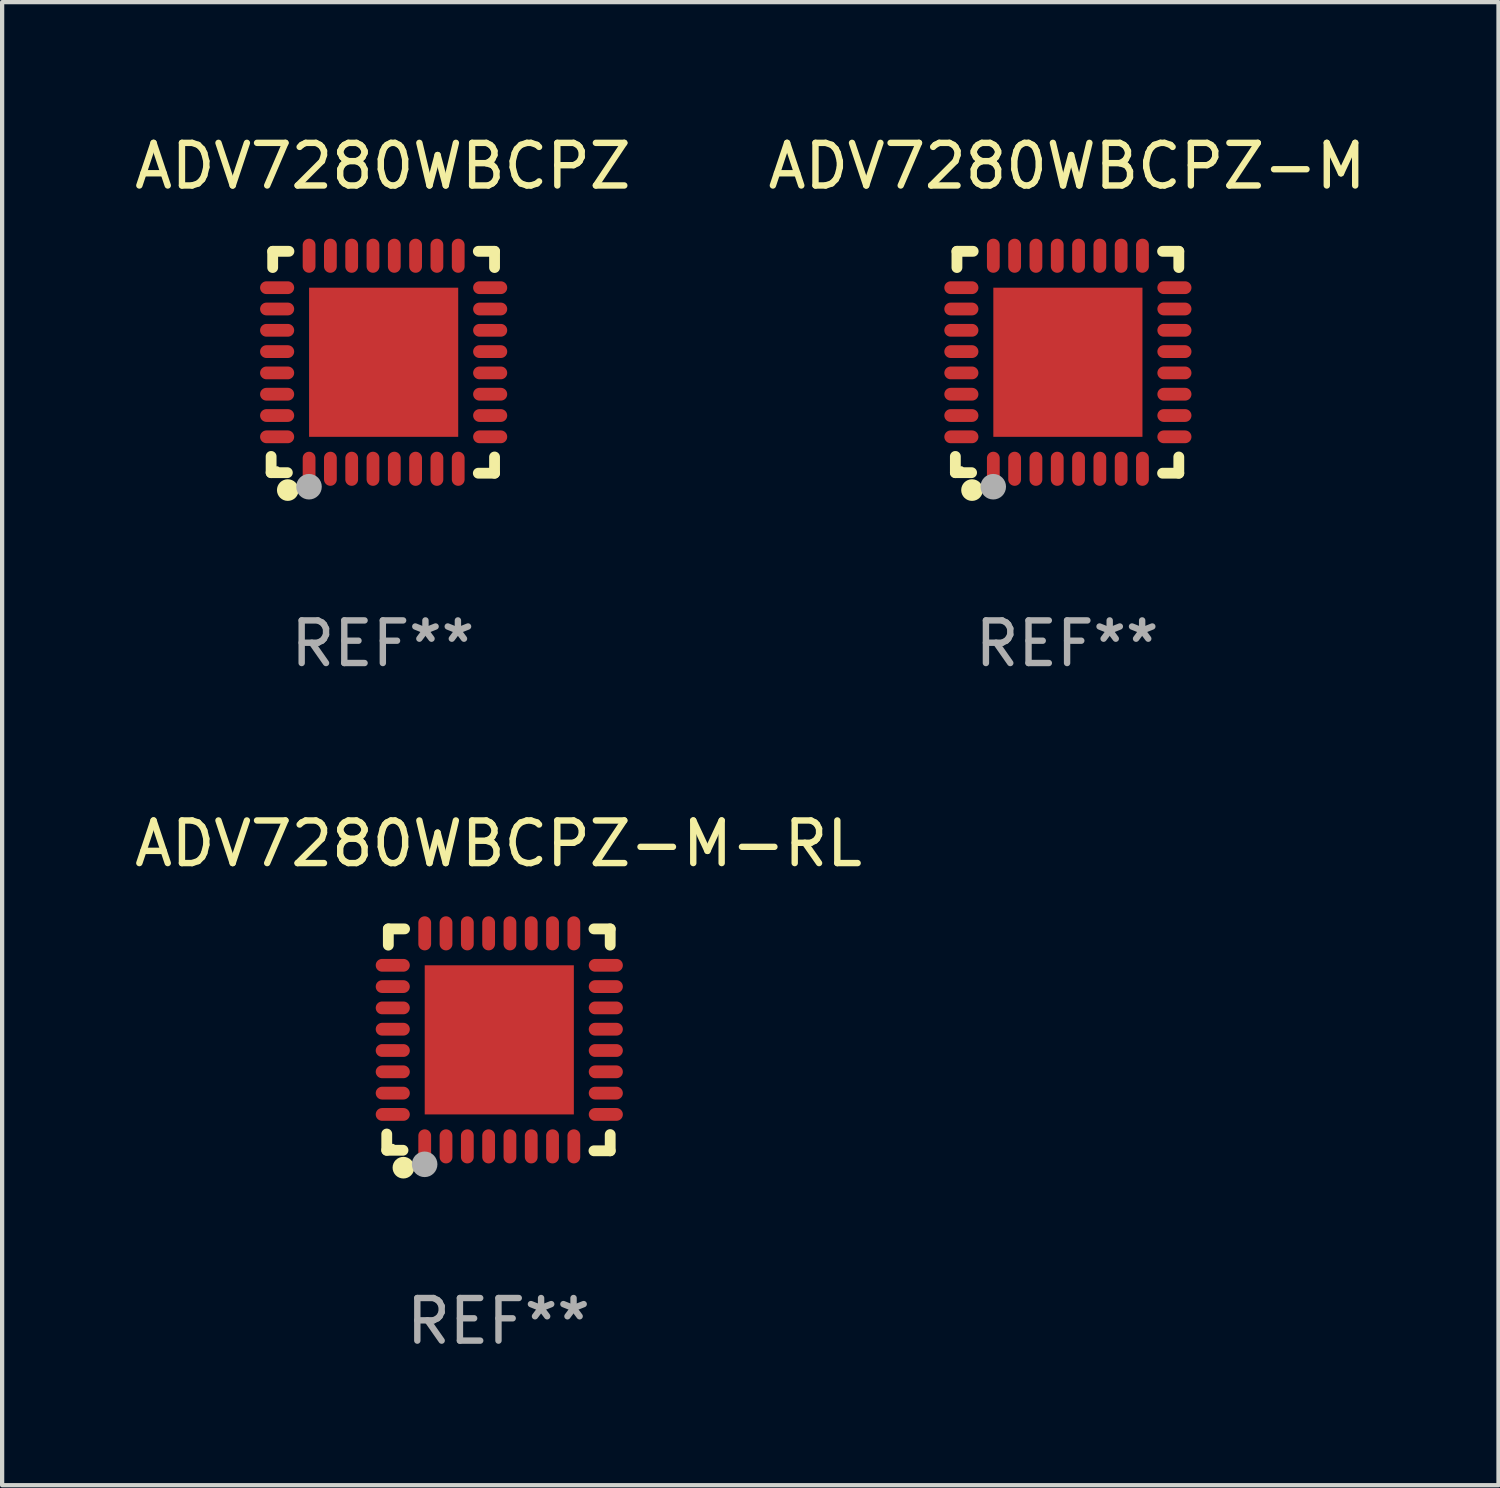
<source format=kicad_pcb>
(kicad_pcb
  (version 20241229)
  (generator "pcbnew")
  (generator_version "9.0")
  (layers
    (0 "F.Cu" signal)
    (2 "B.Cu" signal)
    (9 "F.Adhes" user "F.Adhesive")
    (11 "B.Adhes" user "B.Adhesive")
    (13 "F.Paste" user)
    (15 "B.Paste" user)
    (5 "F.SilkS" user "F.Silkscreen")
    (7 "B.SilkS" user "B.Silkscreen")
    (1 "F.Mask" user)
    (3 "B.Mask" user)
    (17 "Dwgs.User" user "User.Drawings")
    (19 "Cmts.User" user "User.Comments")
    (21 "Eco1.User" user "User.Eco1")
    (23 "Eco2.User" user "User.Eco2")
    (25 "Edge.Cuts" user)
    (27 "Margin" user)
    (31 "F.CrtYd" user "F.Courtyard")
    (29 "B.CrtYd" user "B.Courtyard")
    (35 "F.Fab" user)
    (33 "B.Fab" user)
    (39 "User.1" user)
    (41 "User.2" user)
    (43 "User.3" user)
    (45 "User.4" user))
  (footprint "ADV7280WBCPZ-M-RL"
    (layer "F.Cu")
    (at 8.649 21.355)
    (property "Reference" "ADV7280WBCPZ-M-RL" (at 0 -4.604 0) (layer "F.SilkS") (effects (font (size 1 1) (thickness 0.15))))
    (attr through_hole)
    (fp_line (start -2.622 2.21) (end -2.622 2.591) (stroke (width 0.254) (type solid)) (layer "F.SilkS"))
    (fp_line (start -2.622 2.591) (end -2.241 2.591) (stroke (width 0.254) (type solid)) (layer "F.SilkS"))
    (fp_line (start -2.585 -2.604) (end -2.585 -2.223) (stroke (width 0.254) (type solid)) (layer "F.SilkS"))
    (fp_line (start -2.204 -2.604) (end -2.585 -2.604) (stroke (width 0.254) (type solid)) (layer "F.SilkS"))
    (fp_line (start 2.241 2.604) (end 2.622 2.604) (stroke (width 0.254) (type solid)) (layer "F.SilkS"))
    (fp_line (start 2.622 -2.604) (end 2.241 -2.604) (stroke (width 0.254) (type solid)) (layer "F.SilkS"))
    (fp_line (start 2.622 -2.223) (end 2.622 -2.604) (stroke (width 0.254) (type solid)) (layer "F.SilkS"))
    (fp_line (start 2.622 2.604) (end 2.622 2.223) (stroke (width 0.254) (type solid)) (layer "F.SilkS"))
    (fp_circle (center -2.481 2.5) (end -2.451 2.5) (stroke (width 0.06) (type solid)) (fill no) (layer "F.SilkS"))
    (fp_circle (center -2.231 3) (end -2.104 3) (stroke (width 0.254) (type solid)) (fill no) (layer "F.SilkS"))
    (fp_circle (center -1.733 2.921) (end -1.583 2.921) (stroke (width 0.3) (type solid)) (fill no) (layer "F.Fab"))
    (fp_text user "REF**" (at 0 6.604 0) (layer "F.Fab") (effects (font (size 1 1) (thickness 0.15))))
    (pad "1" smd oval (at -1.731 2.5 90) (size 0.8 0.3) (layers "F.Cu" "F.Mask" "F.Paste"))
    (pad "2" smd oval (at -1.231 2.5 90) (size 0.8 0.3) (layers "F.Cu" "F.Mask" "F.Paste"))
    (pad "3" smd oval (at -0.731 2.5 90) (size 0.8 0.3) (layers "F.Cu" "F.Mask" "F.Paste"))
    (pad "4" smd oval (at -0.231 2.5 90) (size 0.8 0.3) (layers "F.Cu" "F.Mask" "F.Paste"))
    (pad "5" smd oval (at 0.269 2.5 90) (size 0.8 0.3) (layers "F.Cu" "F.Mask" "F.Paste"))
    (pad "6" smd oval (at 0.769 2.5 90) (size 0.8 0.3) (layers "F.Cu" "F.Mask" "F.Paste"))
    (pad "7" smd oval (at 1.269 2.5 90) (size 0.8 0.3) (layers "F.Cu" "F.Mask" "F.Paste"))
    (pad "8" smd oval (at 1.769 2.5 90) (size 0.8 0.3) (layers "F.Cu" "F.Mask" "F.Paste"))
    (pad "9" smd oval (at 2.519 1.75 180) (size 0.8 0.3) (layers "F.Cu" "F.Mask" "F.Paste"))
    (pad "10" smd oval (at 2.519 1.25 180) (size 0.8 0.3) (layers "F.Cu" "F.Mask" "F.Paste"))
    (pad "11" smd oval (at 2.519 0.75 180) (size 0.8 0.3) (layers "F.Cu" "F.Mask" "F.Paste"))
    (pad "12" smd oval (at 2.519 0.25 180) (size 0.8 0.3) (layers "F.Cu" "F.Mask" "F.Paste"))
    (pad "13" smd oval (at 2.519 -0.25 180) (size 0.8 0.3) (layers "F.Cu" "F.Mask" "F.Paste"))
    (pad "14" smd oval (at 2.519 -0.75 180) (size 0.8 0.3) (layers "F.Cu" "F.Mask" "F.Paste"))
    (pad "15" smd oval (at 2.519 -1.25 180) (size 0.8 0.3) (layers "F.Cu" "F.Mask" "F.Paste"))
    (pad "16" smd oval (at 2.519 -1.75 180) (size 0.8 0.3) (layers "F.Cu" "F.Mask" "F.Paste"))
    (pad "17" smd oval (at 1.769 -2.5 270) (size 0.8 0.3) (layers "F.Cu" "F.Mask" "F.Paste"))
    (pad "18" smd oval (at 1.269 -2.5 270) (size 0.8 0.3) (layers "F.Cu" "F.Mask" "F.Paste"))
    (pad "19" smd oval (at 0.769 -2.5 270) (size 0.8 0.3) (layers "F.Cu" "F.Mask" "F.Paste"))
    (pad "20" smd oval (at 0.269 -2.5 270) (size 0.8 0.3) (layers "F.Cu" "F.Mask" "F.Paste"))
    (pad "21" smd oval (at -0.231 -2.5 270) (size 0.8 0.3) (layers "F.Cu" "F.Mask" "F.Paste"))
    (pad "22" smd oval (at -0.731 -2.5 270) (size 0.8 0.3) (layers "F.Cu" "F.Mask" "F.Paste"))
    (pad "23" smd oval (at -1.231 -2.5 270) (size 0.8 0.3) (layers "F.Cu" "F.Mask" "F.Paste"))
    (pad "24" smd oval (at -1.731 -2.5 270) (size 0.8 0.3) (layers "F.Cu" "F.Mask" "F.Paste"))
    (pad "25" smd oval (at -2.481 -1.75) (size 0.8 0.3) (layers "F.Cu" "F.Mask" "F.Paste"))
    (pad "26" smd oval (at -2.481 -1.25) (size 0.8 0.3) (layers "F.Cu" "F.Mask" "F.Paste"))
    (pad "27" smd oval (at -2.481 -0.75) (size 0.8 0.3) (layers "F.Cu" "F.Mask" "F.Paste"))
    (pad "28" smd oval (at -2.481 -0.25) (size 0.8 0.3) (layers "F.Cu" "F.Mask" "F.Paste"))
    (pad "29" smd oval (at -2.481 0.25) (size 0.8 0.3) (layers "F.Cu" "F.Mask" "F.Paste"))
    (pad "30" smd oval (at -2.481 0.75) (size 0.8 0.3) (layers "F.Cu" "F.Mask" "F.Paste"))
    (pad "31" smd oval (at -2.481 1.25) (size 0.8 0.3) (layers "F.Cu" "F.Mask" "F.Paste"))
    (pad "32" smd oval (at -2.481 1.75) (size 0.8 0.3) (layers "F.Cu" "F.Mask" "F.Paste"))
    (pad "33" smd rect (at 0.019 -0.000025 90) (size 3.5 3.5) (layers "F.Cu" "F.Mask" "F.Paste")))
  (footprint "ADV7280WBCPZ"
    (layer "F.Cu")
    (at 5.935 5.452)
    (property "Reference" "ADV7280WBCPZ" (at 0 -4.604 0) (layer "F.SilkS") (effects (font (size 1 1) (thickness 0.15))))
    (attr through_hole)
    (fp_line (start -2.622 2.21) (end -2.622 2.591) (stroke (width 0.254) (type solid)) (layer "F.SilkS"))
    (fp_line (start -2.622 2.591) (end -2.241 2.591) (stroke (width 0.254) (type solid)) (layer "F.SilkS"))
    (fp_line (start -2.585 -2.604) (end -2.585 -2.223) (stroke (width 0.254) (type solid)) (layer "F.SilkS"))
    (fp_line (start -2.204 -2.604) (end -2.585 -2.604) (stroke (width 0.254) (type solid)) (layer "F.SilkS"))
    (fp_line (start 2.241 2.604) (end 2.622 2.604) (stroke (width 0.254) (type solid)) (layer "F.SilkS"))
    (fp_line (start 2.622 -2.604) (end 2.241 -2.604) (stroke (width 0.254) (type solid)) (layer "F.SilkS"))
    (fp_line (start 2.622 -2.223) (end 2.622 -2.604) (stroke (width 0.254) (type solid)) (layer "F.SilkS"))
    (fp_line (start 2.622 2.604) (end 2.622 2.223) (stroke (width 0.254) (type solid)) (layer "F.SilkS"))
    (fp_circle (center -2.481 2.5) (end -2.451 2.5) (stroke (width 0.06) (type solid)) (fill no) (layer "F.SilkS"))
    (fp_circle (center -2.231 3) (end -2.104 3) (stroke (width 0.254) (type solid)) (fill no) (layer "F.SilkS"))
    (fp_circle (center -1.733 2.921) (end -1.583 2.921) (stroke (width 0.3) (type solid)) (fill no) (layer "F.Fab"))
    (fp_text user "REF**" (at 0 6.604 0) (layer "F.Fab") (effects (font (size 1 1) (thickness 0.15))))
    (pad "1" smd oval (at -1.731 2.5 90) (size 0.8 0.3) (layers "F.Cu" "F.Mask" "F.Paste"))
    (pad "2" smd oval (at -1.231 2.5 90) (size 0.8 0.3) (layers "F.Cu" "F.Mask" "F.Paste"))
    (pad "3" smd oval (at -0.731 2.5 90) (size 0.8 0.3) (layers "F.Cu" "F.Mask" "F.Paste"))
    (pad "4" smd oval (at -0.231 2.5 90) (size 0.8 0.3) (layers "F.Cu" "F.Mask" "F.Paste"))
    (pad "5" smd oval (at 0.269 2.5 90) (size 0.8 0.3) (layers "F.Cu" "F.Mask" "F.Paste"))
    (pad "6" smd oval (at 0.769 2.5 90) (size 0.8 0.3) (layers "F.Cu" "F.Mask" "F.Paste"))
    (pad "7" smd oval (at 1.269 2.5 90) (size 0.8 0.3) (layers "F.Cu" "F.Mask" "F.Paste"))
    (pad "8" smd oval (at 1.769 2.5 90) (size 0.8 0.3) (layers "F.Cu" "F.Mask" "F.Paste"))
    (pad "9" smd oval (at 2.519 1.75 180) (size 0.8 0.3) (layers "F.Cu" "F.Mask" "F.Paste"))
    (pad "10" smd oval (at 2.519 1.25 180) (size 0.8 0.3) (layers "F.Cu" "F.Mask" "F.Paste"))
    (pad "11" smd oval (at 2.519 0.75 180) (size 0.8 0.3) (layers "F.Cu" "F.Mask" "F.Paste"))
    (pad "12" smd oval (at 2.519 0.25 180) (size 0.8 0.3) (layers "F.Cu" "F.Mask" "F.Paste"))
    (pad "13" smd oval (at 2.519 -0.25 180) (size 0.8 0.3) (layers "F.Cu" "F.Mask" "F.Paste"))
    (pad "14" smd oval (at 2.519 -0.75 180) (size 0.8 0.3) (layers "F.Cu" "F.Mask" "F.Paste"))
    (pad "15" smd oval (at 2.519 -1.25 180) (size 0.8 0.3) (layers "F.Cu" "F.Mask" "F.Paste"))
    (pad "16" smd oval (at 2.519 -1.75 180) (size 0.8 0.3) (layers "F.Cu" "F.Mask" "F.Paste"))
    (pad "17" smd oval (at 1.769 -2.5 270) (size 0.8 0.3) (layers "F.Cu" "F.Mask" "F.Paste"))
    (pad "18" smd oval (at 1.269 -2.5 270) (size 0.8 0.3) (layers "F.Cu" "F.Mask" "F.Paste"))
    (pad "19" smd oval (at 0.769 -2.5 270) (size 0.8 0.3) (layers "F.Cu" "F.Mask" "F.Paste"))
    (pad "20" smd oval (at 0.269 -2.5 270) (size 0.8 0.3) (layers "F.Cu" "F.Mask" "F.Paste"))
    (pad "21" smd oval (at -0.231 -2.5 270) (size 0.8 0.3) (layers "F.Cu" "F.Mask" "F.Paste"))
    (pad "22" smd oval (at -0.731 -2.5 270) (size 0.8 0.3) (layers "F.Cu" "F.Mask" "F.Paste"))
    (pad "23" smd oval (at -1.231 -2.5 270) (size 0.8 0.3) (layers "F.Cu" "F.Mask" "F.Paste"))
    (pad "24" smd oval (at -1.731 -2.5 270) (size 0.8 0.3) (layers "F.Cu" "F.Mask" "F.Paste"))
    (pad "25" smd oval (at -2.481 -1.75) (size 0.8 0.3) (layers "F.Cu" "F.Mask" "F.Paste"))
    (pad "26" smd oval (at -2.481 -1.25) (size 0.8 0.3) (layers "F.Cu" "F.Mask" "F.Paste"))
    (pad "27" smd oval (at -2.481 -0.75) (size 0.8 0.3) (layers "F.Cu" "F.Mask" "F.Paste"))
    (pad "28" smd oval (at -2.481 -0.25) (size 0.8 0.3) (layers "F.Cu" "F.Mask" "F.Paste"))
    (pad "29" smd oval (at -2.481 0.25) (size 0.8 0.3) (layers "F.Cu" "F.Mask" "F.Paste"))
    (pad "30" smd oval (at -2.481 0.75) (size 0.8 0.3) (layers "F.Cu" "F.Mask" "F.Paste"))
    (pad "31" smd oval (at -2.481 1.25) (size 0.8 0.3) (layers "F.Cu" "F.Mask" "F.Paste"))
    (pad "32" smd oval (at -2.481 1.75) (size 0.8 0.3) (layers "F.Cu" "F.Mask" "F.Paste"))
    (pad "33" smd rect (at 0.019 -0.000025 90) (size 3.5 3.5) (layers "F.Cu" "F.Mask" "F.Paste")))
  (footprint "ADV7280WBCPZ-M"
    (layer "F.Cu")
    (at 21.994 5.452)
    (property "Reference" "ADV7280WBCPZ-M" (at 0 -4.604 0) (layer "F.SilkS") (effects (font (size 1 1) (thickness 0.15))))
    (attr through_hole)
    (fp_line (start -2.622 2.21) (end -2.622 2.591) (stroke (width 0.254) (type solid)) (layer "F.SilkS"))
    (fp_line (start -2.622 2.591) (end -2.241 2.591) (stroke (width 0.254) (type solid)) (layer "F.SilkS"))
    (fp_line (start -2.585 -2.604) (end -2.585 -2.223) (stroke (width 0.254) (type solid)) (layer "F.SilkS"))
    (fp_line (start -2.204 -2.604) (end -2.585 -2.604) (stroke (width 0.254) (type solid)) (layer "F.SilkS"))
    (fp_line (start 2.241 2.604) (end 2.622 2.604) (stroke (width 0.254) (type solid)) (layer "F.SilkS"))
    (fp_line (start 2.622 -2.604) (end 2.241 -2.604) (stroke (width 0.254) (type solid)) (layer "F.SilkS"))
    (fp_line (start 2.622 -2.223) (end 2.622 -2.604) (stroke (width 0.254) (type solid)) (layer "F.SilkS"))
    (fp_line (start 2.622 2.604) (end 2.622 2.223) (stroke (width 0.254) (type solid)) (layer "F.SilkS"))
    (fp_circle (center -2.481 2.5) (end -2.451 2.5) (stroke (width 0.06) (type solid)) (fill no) (layer "F.SilkS"))
    (fp_circle (center -2.231 3) (end -2.104 3) (stroke (width 0.254) (type solid)) (fill no) (layer "F.SilkS"))
    (fp_circle (center -1.733 2.921) (end -1.583 2.921) (stroke (width 0.3) (type solid)) (fill no) (layer "F.Fab"))
    (fp_text user "REF**" (at 0 6.604 0) (layer "F.Fab") (effects (font (size 1 1) (thickness 0.15))))
    (pad "1" smd oval (at -1.731 2.5 90) (size 0.8 0.3) (layers "F.Cu" "F.Mask" "F.Paste"))
    (pad "2" smd oval (at -1.231 2.5 90) (size 0.8 0.3) (layers "F.Cu" "F.Mask" "F.Paste"))
    (pad "3" smd oval (at -0.731 2.5 90) (size 0.8 0.3) (layers "F.Cu" "F.Mask" "F.Paste"))
    (pad "4" smd oval (at -0.231 2.5 90) (size 0.8 0.3) (layers "F.Cu" "F.Mask" "F.Paste"))
    (pad "5" smd oval (at 0.269 2.5 90) (size 0.8 0.3) (layers "F.Cu" "F.Mask" "F.Paste"))
    (pad "6" smd oval (at 0.769 2.5 90) (size 0.8 0.3) (layers "F.Cu" "F.Mask" "F.Paste"))
    (pad "7" smd oval (at 1.269 2.5 90) (size 0.8 0.3) (layers "F.Cu" "F.Mask" "F.Paste"))
    (pad "8" smd oval (at 1.769 2.5 90) (size 0.8 0.3) (layers "F.Cu" "F.Mask" "F.Paste"))
    (pad "9" smd oval (at 2.519 1.75 180) (size 0.8 0.3) (layers "F.Cu" "F.Mask" "F.Paste"))
    (pad "10" smd oval (at 2.519 1.25 180) (size 0.8 0.3) (layers "F.Cu" "F.Mask" "F.Paste"))
    (pad "11" smd oval (at 2.519 0.75 180) (size 0.8 0.3) (layers "F.Cu" "F.Mask" "F.Paste"))
    (pad "12" smd oval (at 2.519 0.25 180) (size 0.8 0.3) (layers "F.Cu" "F.Mask" "F.Paste"))
    (pad "13" smd oval (at 2.519 -0.25 180) (size 0.8 0.3) (layers "F.Cu" "F.Mask" "F.Paste"))
    (pad "14" smd oval (at 2.519 -0.75 180) (size 0.8 0.3) (layers "F.Cu" "F.Mask" "F.Paste"))
    (pad "15" smd oval (at 2.519 -1.25 180) (size 0.8 0.3) (layers "F.Cu" "F.Mask" "F.Paste"))
    (pad "16" smd oval (at 2.519 -1.75 180) (size 0.8 0.3) (layers "F.Cu" "F.Mask" "F.Paste"))
    (pad "17" smd oval (at 1.769 -2.5 270) (size 0.8 0.3) (layers "F.Cu" "F.Mask" "F.Paste"))
    (pad "18" smd oval (at 1.269 -2.5 270) (size 0.8 0.3) (layers "F.Cu" "F.Mask" "F.Paste"))
    (pad "19" smd oval (at 0.769 -2.5 270) (size 0.8 0.3) (layers "F.Cu" "F.Mask" "F.Paste"))
    (pad "20" smd oval (at 0.269 -2.5 270) (size 0.8 0.3) (layers "F.Cu" "F.Mask" "F.Paste"))
    (pad "21" smd oval (at -0.231 -2.5 270) (size 0.8 0.3) (layers "F.Cu" "F.Mask" "F.Paste"))
    (pad "22" smd oval (at -0.731 -2.5 270) (size 0.8 0.3) (layers "F.Cu" "F.Mask" "F.Paste"))
    (pad "23" smd oval (at -1.231 -2.5 270) (size 0.8 0.3) (layers "F.Cu" "F.Mask" "F.Paste"))
    (pad "24" smd oval (at -1.731 -2.5 270) (size 0.8 0.3) (layers "F.Cu" "F.Mask" "F.Paste"))
    (pad "25" smd oval (at -2.481 -1.75) (size 0.8 0.3) (layers "F.Cu" "F.Mask" "F.Paste"))
    (pad "26" smd oval (at -2.481 -1.25) (size 0.8 0.3) (layers "F.Cu" "F.Mask" "F.Paste"))
    (pad "27" smd oval (at -2.481 -0.75) (size 0.8 0.3) (layers "F.Cu" "F.Mask" "F.Paste"))
    (pad "28" smd oval (at -2.481 -0.25) (size 0.8 0.3) (layers "F.Cu" "F.Mask" "F.Paste"))
    (pad "29" smd oval (at -2.481 0.25) (size 0.8 0.3) (layers "F.Cu" "F.Mask" "F.Paste"))
    (pad "30" smd oval (at -2.481 0.75) (size 0.8 0.3) (layers "F.Cu" "F.Mask" "F.Paste"))
    (pad "31" smd oval (at -2.481 1.25) (size 0.8 0.3) (layers "F.Cu" "F.Mask" "F.Paste"))
    (pad "32" smd oval (at -2.481 1.75) (size 0.8 0.3) (layers "F.Cu" "F.Mask" "F.Paste"))
    (pad "33" smd rect (at 0.019 -0.000025 90) (size 3.5 3.5) (layers "F.Cu" "F.Mask" "F.Paste")))
  (gr_rect
    (start -3 -3)
    (end 32.119 31.807)
    (stroke (width 0.1) (type default))
    (fill no)
    (layer "Edge.Cuts")))
</source>
